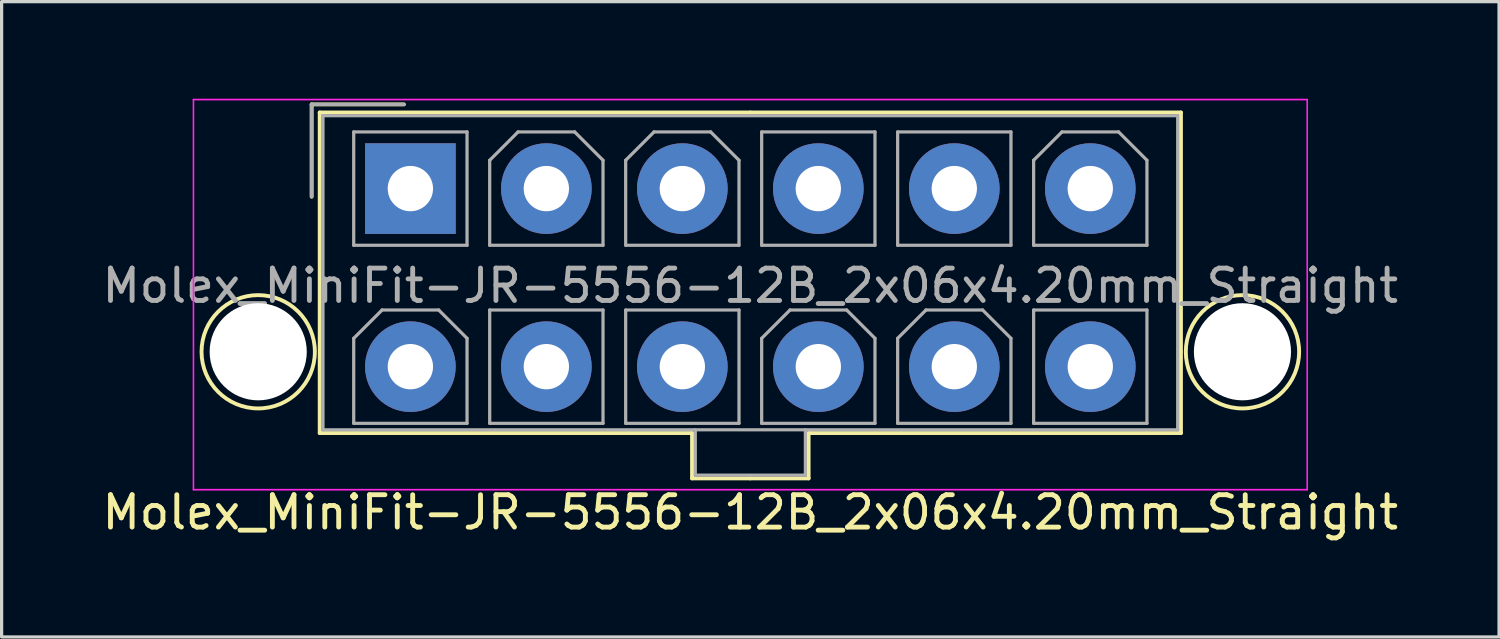
<source format=kicad_pcb>
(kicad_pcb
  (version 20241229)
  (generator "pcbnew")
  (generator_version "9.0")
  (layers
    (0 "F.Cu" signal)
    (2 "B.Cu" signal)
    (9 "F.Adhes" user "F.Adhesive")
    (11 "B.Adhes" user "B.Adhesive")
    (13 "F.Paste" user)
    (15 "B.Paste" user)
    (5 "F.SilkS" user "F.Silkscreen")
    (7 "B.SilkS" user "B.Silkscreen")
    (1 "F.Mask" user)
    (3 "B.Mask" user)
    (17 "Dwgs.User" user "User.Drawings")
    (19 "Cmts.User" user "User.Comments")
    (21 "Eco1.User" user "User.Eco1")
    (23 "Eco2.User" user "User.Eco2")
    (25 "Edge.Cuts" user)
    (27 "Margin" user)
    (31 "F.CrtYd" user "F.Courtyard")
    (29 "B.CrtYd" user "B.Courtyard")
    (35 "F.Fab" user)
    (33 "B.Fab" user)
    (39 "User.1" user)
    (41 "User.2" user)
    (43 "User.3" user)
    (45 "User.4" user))
  (footprint "Molex_MiniFit-JR-5556-12B_2x06x4.20mm_Straight"
    (layer "F.Cu")
    (at 9.625 2.775)
    (property "Reference" "Molex_MiniFit-JR-5556-12B_2x06x4.20mm_Straight" (at 10.5 10 0) (layer "F.SilkS") (effects (font (size 1 1) (thickness 0.15))))
    (attr through_hole)
    (fp_line (start -3.05 -2.6) (end -3.05 0.25) (stroke (width 0.12) (type solid)) (layer "F.SilkS"))
    (fp_line (start -2.8 -2.35) (end -2.8 7.55) (stroke (width 0.12) (type solid)) (layer "F.SilkS"))
    (fp_line (start -2.8 7.55) (end 8.7 7.55) (stroke (width 0.12) (type solid)) (layer "F.SilkS"))
    (fp_line (start -0.2 -2.6) (end -3.05 -2.6) (stroke (width 0.12) (type solid)) (layer "F.SilkS"))
    (fp_line (start 8.7 7.55) (end 8.7 8.95) (stroke (width 0.12) (type solid)) (layer "F.SilkS"))
    (fp_line (start 8.7 8.95) (end 10.5 8.95) (stroke (width 0.12) (type solid)) (layer "F.SilkS"))
    (fp_line (start 10.5 -2.35) (end -2.8 -2.35) (stroke (width 0.12) (type solid)) (layer "F.SilkS"))
    (fp_line (start 10.5 -2.35) (end 23.8 -2.35) (stroke (width 0.12) (type solid)) (layer "F.SilkS"))
    (fp_line (start 12.3 7.55) (end 12.3 8.95) (stroke (width 0.12) (type solid)) (layer "F.SilkS"))
    (fp_line (start 12.3 8.95) (end 10.5 8.95) (stroke (width 0.12) (type solid)) (layer "F.SilkS"))
    (fp_line (start 23.8 -2.35) (end 23.8 7.55) (stroke (width 0.12) (type solid)) (layer "F.SilkS"))
    (fp_line (start 23.8 7.55) (end 12.3 7.55) (stroke (width 0.12) (type solid)) (layer "F.SilkS"))
    (fp_circle (center -4.7 5.04) (end -2.95 5.04) (stroke (width 0.12) (type solid)) (fill no) (layer "F.SilkS"))
    (fp_circle (center 25.7 5.04) (end 27.45 5.04) (stroke (width 0.12) (type solid)) (fill no) (layer "F.SilkS"))
    (fp_line (start -6.7 -2.75) (end -6.7 9.3) (stroke (width 0.05) (type solid)) (layer "F.CrtYd"))
    (fp_line (start -6.7 9.3) (end 27.7 9.3) (stroke (width 0.05) (type solid)) (layer "F.CrtYd"))
    (fp_line (start 27.7 -2.75) (end -6.7 -2.75) (stroke (width 0.05) (type solid)) (layer "F.CrtYd"))
    (fp_line (start 27.7 9.3) (end 27.7 -2.75) (stroke (width 0.05) (type solid)) (layer "F.CrtYd"))
    (fp_line (start -3.05 -2.6) (end -3.05 0.25) (stroke (width 0.1) (type solid)) (layer "F.Fab"))
    (fp_line (start -2.7 -2.25) (end -2.7 7.45) (stroke (width 0.1) (type solid)) (layer "F.Fab"))
    (fp_line (start -2.7 7.45) (end 23.7 7.45) (stroke (width 0.1) (type solid)) (layer "F.Fab"))
    (fp_line (start -1.75 -1.75) (end -1.75 1.75) (stroke (width 0.1) (type solid)) (layer "F.Fab"))
    (fp_line (start -1.75 1.75) (end 1.75 1.75) (stroke (width 0.1) (type solid)) (layer "F.Fab"))
    (fp_line (start -1.75 4.625) (end -0.875 3.75) (stroke (width 0.1) (type solid)) (layer "F.Fab"))
    (fp_line (start -1.75 7.25) (end -1.75 4.625) (stroke (width 0.1) (type solid)) (layer "F.Fab"))
    (fp_line (start -0.875 3.75) (end 0.875 3.75) (stroke (width 0.1) (type solid)) (layer "F.Fab"))
    (fp_line (start -0.2 -2.6) (end -3.05 -2.6) (stroke (width 0.1) (type solid)) (layer "F.Fab"))
    (fp_line (start 0.875 3.75) (end 1.75 4.625) (stroke (width 0.1) (type solid)) (layer "F.Fab"))
    (fp_line (start 1.75 -1.75) (end -1.75 -1.75) (stroke (width 0.1) (type solid)) (layer "F.Fab"))
    (fp_line (start 1.75 1.75) (end 1.75 -1.75) (stroke (width 0.1) (type solid)) (layer "F.Fab"))
    (fp_line (start 1.75 4.625) (end 1.75 7.25) (stroke (width 0.1) (type solid)) (layer "F.Fab"))
    (fp_line (start 1.75 7.25) (end -1.75 7.25) (stroke (width 0.1) (type solid)) (layer "F.Fab"))
    (fp_line (start 2.45 -0.875) (end 3.325 -1.75) (stroke (width 0.1) (type solid)) (layer "F.Fab"))
    (fp_line (start 2.45 1.75) (end 2.45 -0.875) (stroke (width 0.1) (type solid)) (layer "F.Fab"))
    (fp_line (start 2.45 3.75) (end 2.45 7.25) (stroke (width 0.1) (type solid)) (layer "F.Fab"))
    (fp_line (start 2.45 7.25) (end 5.95 7.25) (stroke (width 0.1) (type solid)) (layer "F.Fab"))
    (fp_line (start 3.325 -1.75) (end 5.075 -1.75) (stroke (width 0.1) (type solid)) (layer "F.Fab"))
    (fp_line (start 5.075 -1.75) (end 5.95 -0.875) (stroke (width 0.1) (type solid)) (layer "F.Fab"))
    (fp_line (start 5.95 -0.875) (end 5.95 1.75) (stroke (width 0.1) (type solid)) (layer "F.Fab"))
    (fp_line (start 5.95 1.75) (end 2.45 1.75) (stroke (width 0.1) (type solid)) (layer "F.Fab"))
    (fp_line (start 5.95 3.75) (end 2.45 3.75) (stroke (width 0.1) (type solid)) (layer "F.Fab"))
    (fp_line (start 5.95 7.25) (end 5.95 3.75) (stroke (width 0.1) (type solid)) (layer "F.Fab"))
    (fp_line (start 6.65 -0.875) (end 7.525 -1.75) (stroke (width 0.1) (type solid)) (layer "F.Fab"))
    (fp_line (start 6.65 1.75) (end 6.65 -0.875) (stroke (width 0.1) (type solid)) (layer "F.Fab"))
    (fp_line (start 6.65 3.75) (end 6.65 7.25) (stroke (width 0.1) (type solid)) (layer "F.Fab"))
    (fp_line (start 6.65 7.25) (end 10.15 7.25) (stroke (width 0.1) (type solid)) (layer "F.Fab"))
    (fp_line (start 7.525 -1.75) (end 9.275 -1.75) (stroke (width 0.1) (type solid)) (layer "F.Fab"))
    (fp_line (start 8.8 7.45) (end 8.8 8.85) (stroke (width 0.1) (type solid)) (layer "F.Fab"))
    (fp_line (start 8.8 8.85) (end 12.2 8.85) (stroke (width 0.1) (type solid)) (layer "F.Fab"))
    (fp_line (start 9.275 -1.75) (end 10.15 -0.875) (stroke (width 0.1) (type solid)) (layer "F.Fab"))
    (fp_line (start 10.15 -0.875) (end 10.15 1.75) (stroke (width 0.1) (type solid)) (layer "F.Fab"))
    (fp_line (start 10.15 1.75) (end 6.65 1.75) (stroke (width 0.1) (type solid)) (layer "F.Fab"))
    (fp_line (start 10.15 3.75) (end 6.65 3.75) (stroke (width 0.1) (type solid)) (layer "F.Fab"))
    (fp_line (start 10.15 7.25) (end 10.15 3.75) (stroke (width 0.1) (type solid)) (layer "F.Fab"))
    (fp_line (start 10.85 -1.75) (end 10.85 1.75) (stroke (width 0.1) (type solid)) (layer "F.Fab"))
    (fp_line (start 10.85 1.75) (end 14.35 1.75) (stroke (width 0.1) (type solid)) (layer "F.Fab"))
    (fp_line (start 10.85 4.625) (end 11.725 3.75) (stroke (width 0.1) (type solid)) (layer "F.Fab"))
    (fp_line (start 10.85 7.25) (end 10.85 4.625) (stroke (width 0.1) (type solid)) (layer "F.Fab"))
    (fp_line (start 11.725 3.75) (end 13.475 3.75) (stroke (width 0.1) (type solid)) (layer "F.Fab"))
    (fp_line (start 12.2 8.85) (end 12.2 7.45) (stroke (width 0.1) (type solid)) (layer "F.Fab"))
    (fp_line (start 13.475 3.75) (end 14.35 4.625) (stroke (width 0.1) (type solid)) (layer "F.Fab"))
    (fp_line (start 14.35 -1.75) (end 10.85 -1.75) (stroke (width 0.1) (type solid)) (layer "F.Fab"))
    (fp_line (start 14.35 1.75) (end 14.35 -1.75) (stroke (width 0.1) (type solid)) (layer "F.Fab"))
    (fp_line (start 14.35 4.625) (end 14.35 7.25) (stroke (width 0.1) (type solid)) (layer "F.Fab"))
    (fp_line (start 14.35 7.25) (end 10.85 7.25) (stroke (width 0.1) (type solid)) (layer "F.Fab"))
    (fp_line (start 15.05 -1.75) (end 15.05 1.75) (stroke (width 0.1) (type solid)) (layer "F.Fab"))
    (fp_line (start 15.05 1.75) (end 18.55 1.75) (stroke (width 0.1) (type solid)) (layer "F.Fab"))
    (fp_line (start 15.05 4.625) (end 15.925 3.75) (stroke (width 0.1) (type solid)) (layer "F.Fab"))
    (fp_line (start 15.05 7.25) (end 15.05 4.625) (stroke (width 0.1) (type solid)) (layer "F.Fab"))
    (fp_line (start 15.925 3.75) (end 17.675 3.75) (stroke (width 0.1) (type solid)) (layer "F.Fab"))
    (fp_line (start 17.675 3.75) (end 18.55 4.625) (stroke (width 0.1) (type solid)) (layer "F.Fab"))
    (fp_line (start 18.55 -1.75) (end 15.05 -1.75) (stroke (width 0.1) (type solid)) (layer "F.Fab"))
    (fp_line (start 18.55 1.75) (end 18.55 -1.75) (stroke (width 0.1) (type solid)) (layer "F.Fab"))
    (fp_line (start 18.55 4.625) (end 18.55 7.25) (stroke (width 0.1) (type solid)) (layer "F.Fab"))
    (fp_line (start 18.55 7.25) (end 15.05 7.25) (stroke (width 0.1) (type solid)) (layer "F.Fab"))
    (fp_line (start 19.25 -0.875) (end 20.125 -1.75) (stroke (width 0.1) (type solid)) (layer "F.Fab"))
    (fp_line (start 19.25 1.75) (end 19.25 -0.875) (stroke (width 0.1) (type solid)) (layer "F.Fab"))
    (fp_line (start 19.25 3.75) (end 19.25 7.25) (stroke (width 0.1) (type solid)) (layer "F.Fab"))
    (fp_line (start 19.25 7.25) (end 22.75 7.25) (stroke (width 0.1) (type solid)) (layer "F.Fab"))
    (fp_line (start 20.125 -1.75) (end 21.875 -1.75) (stroke (width 0.1) (type solid)) (layer "F.Fab"))
    (fp_line (start 21.875 -1.75) (end 22.75 -0.875) (stroke (width 0.1) (type solid)) (layer "F.Fab"))
    (fp_line (start 22.75 -0.875) (end 22.75 1.75) (stroke (width 0.1) (type solid)) (layer "F.Fab"))
    (fp_line (start 22.75 1.75) (end 19.25 1.75) (stroke (width 0.1) (type solid)) (layer "F.Fab"))
    (fp_line (start 22.75 3.75) (end 19.25 3.75) (stroke (width 0.1) (type solid)) (layer "F.Fab"))
    (fp_line (start 22.75 7.25) (end 22.75 3.75) (stroke (width 0.1) (type solid)) (layer "F.Fab"))
    (fp_line (start 23.7 -2.25) (end -2.7 -2.25) (stroke (width 0.1) (type solid)) (layer "F.Fab"))
    (fp_line (start 23.7 7.45) (end 23.7 -2.25) (stroke (width 0.1) (type solid)) (layer "F.Fab"))
    (fp_text user "${REFERENCE}" (at 10.5 3 0) (layer "F.Fab") (effects (font (size 1 1) (thickness 0.15))))
    (pad "" np_thru_hole circle (at -4.7 5.04) (size 3 3) (drill 3) (layers "*.Cu" "*.Mask"))
    (pad "" np_thru_hole circle (at 25.7 5.04) (size 3 3) (drill 3) (layers "*.Cu" "*.Mask"))
    (pad "1" thru_hole rect (at 0 0) (size 2.8 2.8) (drill 1.4) (layers "*.Cu" "*.Mask"))
    (pad "2" thru_hole circle (at 4.2 0) (size 2.8 2.8) (drill 1.4) (layers "*.Cu" "*.Mask"))
    (pad "3" thru_hole circle (at 8.4 0) (size 2.8 2.8) (drill 1.4) (layers "*.Cu" "*.Mask"))
    (pad "4" thru_hole circle (at 12.6 0) (size 2.8 2.8) (drill 1.4) (layers "*.Cu" "*.Mask"))
    (pad "5" thru_hole circle (at 16.8 0) (size 2.8 2.8) (drill 1.4) (layers "*.Cu" "*.Mask"))
    (pad "6" thru_hole circle (at 21 0) (size 2.8 2.8) (drill 1.4) (layers "*.Cu" "*.Mask"))
    (pad "7" thru_hole circle (at 0 5.5) (size 2.8 2.8) (drill 1.4) (layers "*.Cu" "*.Mask"))
    (pad "8" thru_hole circle (at 4.2 5.5) (size 2.8 2.8) (drill 1.4) (layers "*.Cu" "*.Mask"))
    (pad "9" thru_hole circle (at 8.4 5.5) (size 2.8 2.8) (drill 1.4) (layers "*.Cu" "*.Mask"))
    (pad "10" thru_hole circle (at 12.6 5.5) (size 2.8 2.8) (drill 1.4) (layers "*.Cu" "*.Mask"))
    (pad "11" thru_hole circle (at 16.8 5.5) (size 2.8 2.8) (drill 1.4) (layers "*.Cu" "*.Mask"))
    (pad "12" thru_hole circle (at 21 5.5) (size 2.8 2.8) (drill 1.4) (layers "*.Cu" "*.Mask")))
  (gr_rect
    (start -3 -3)
    (end 43.25 16.623)
    (stroke (width 0.1) (type default))
    (fill no)
    (layer "Edge.Cuts")))
</source>
